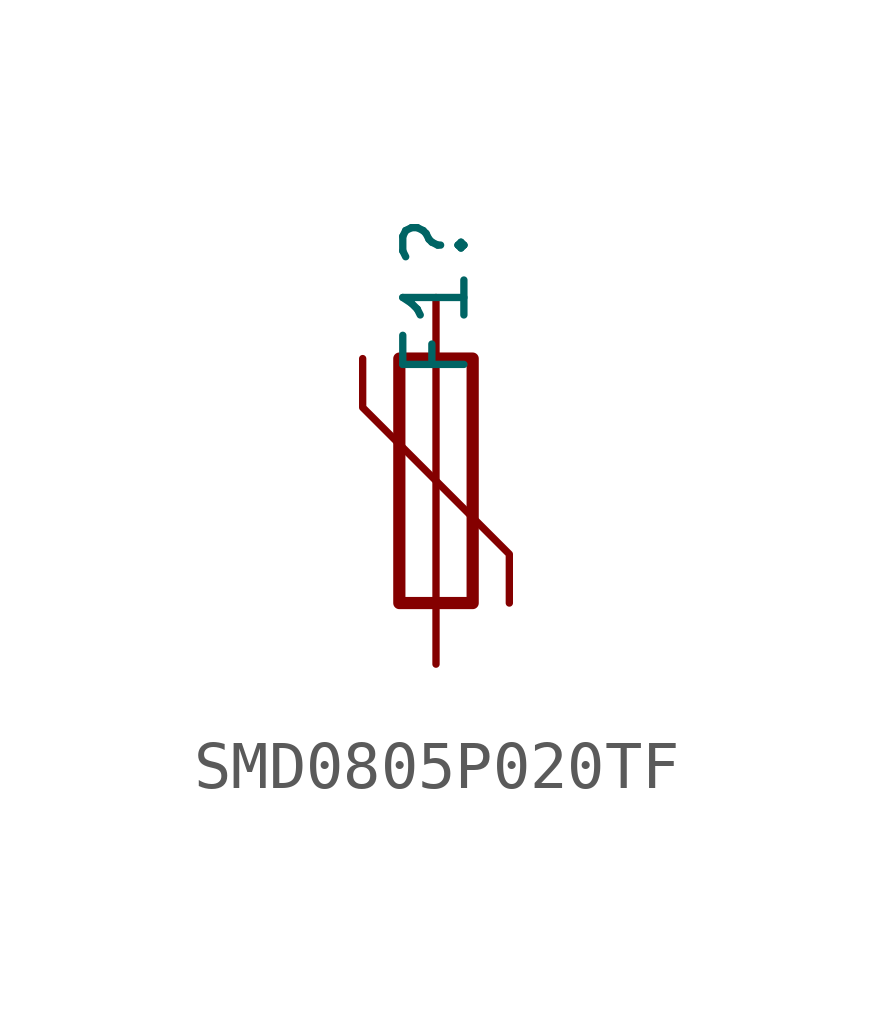
<source format=kicad_sym>
(kicad_symbol_lib
  (version 20211014)
  (generator kicad_symbol_editor)
  (symbol "SMD0805P020TF"
    (pin_numbers hide)
    (pin_names
      (offset 0))
    (property "Reference" "F1"
      (at 0 3.81 90)
      (effects (font (size 1.27 1.27))))
    (symbol "SMD0805P020TF_0_1"
      (rectangle (start -0.762 2.54) (end 0.762 -2.54) (stroke (width 0.254) (type default) (color 0 0 0 0)) (fill (type none)))
      (polyline (pts (xy 0 2.54) (xy 0 -2.54)) (stroke (width 0) (type default) (color 0 0 0 0)) (fill (type none)))
      (polyline (pts (xy -1.524 2.54) (xy -1.524 1.524) (xy 1.524 -1.524) (xy 1.524 -2.54)) (stroke (width 0) (type default) (color 0 0 0 0)) (fill (type none))))
    (symbol "SMD0805P020TF_1_1"
      (pin passive line (at 0 3.81 270) (length 1.27) (name "~" (effects (font (size 1.27 1.27)))) (number "1" (effects (font (size 1.27 1.27)))))
      (pin passive line (at 0 -3.81 90) (length 1.27) (name "~" (effects (font (size 1.27 1.27)))) (number "2" (effects (font (size 1.27 1.27))))))))
</source>
